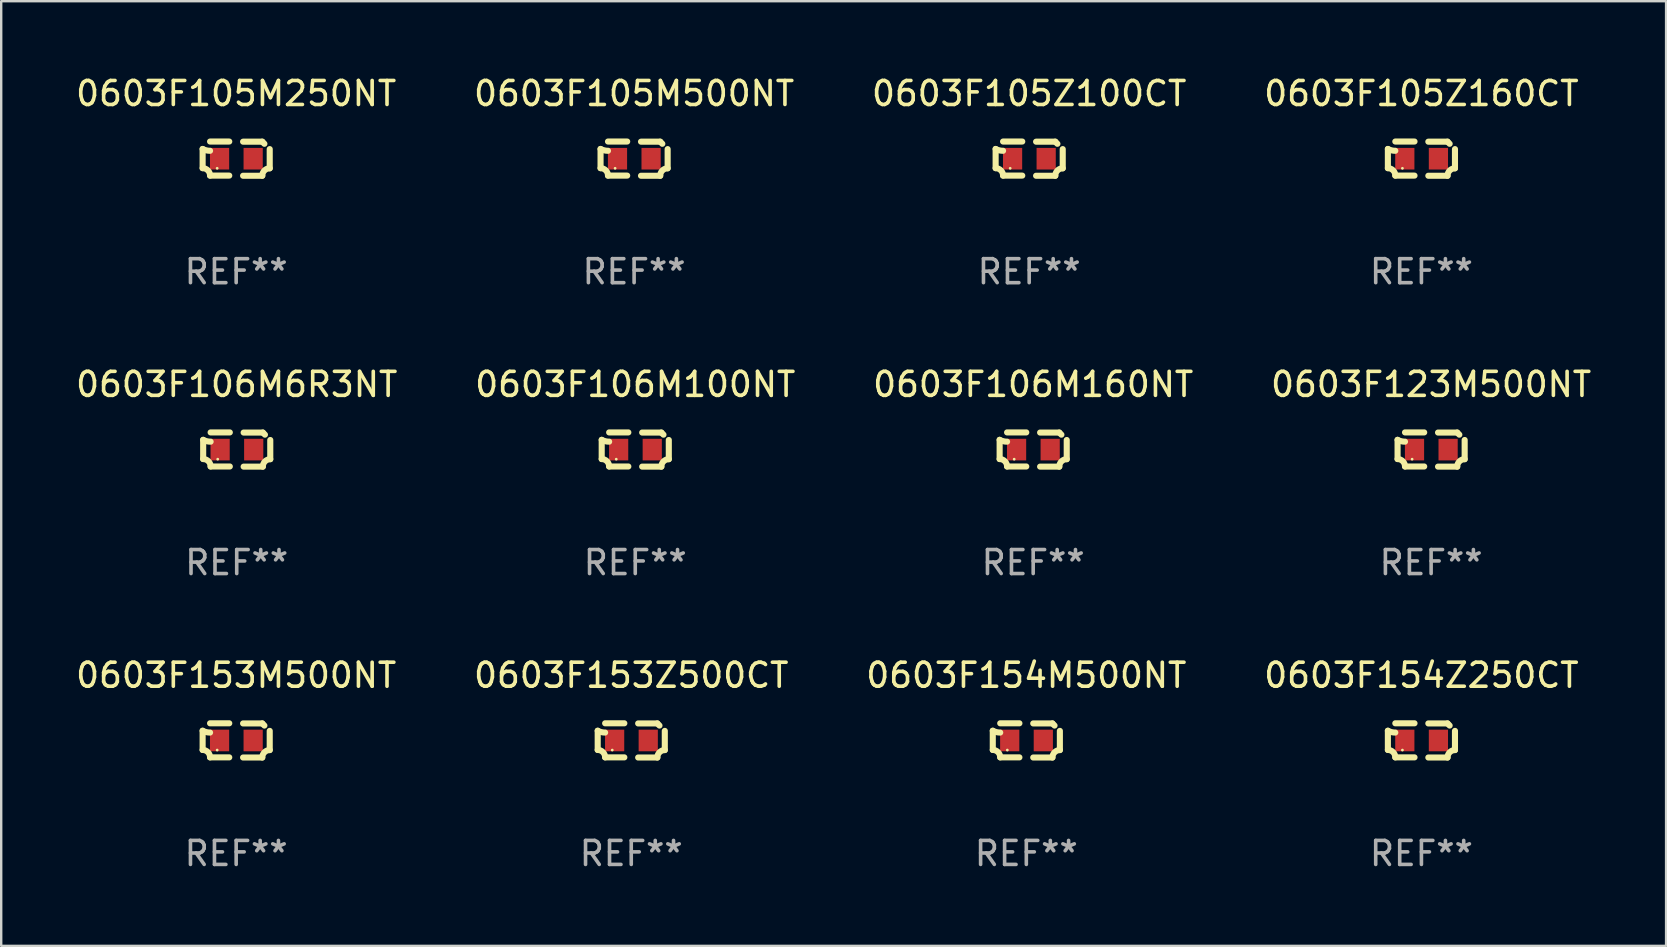
<source format=kicad_pcb>
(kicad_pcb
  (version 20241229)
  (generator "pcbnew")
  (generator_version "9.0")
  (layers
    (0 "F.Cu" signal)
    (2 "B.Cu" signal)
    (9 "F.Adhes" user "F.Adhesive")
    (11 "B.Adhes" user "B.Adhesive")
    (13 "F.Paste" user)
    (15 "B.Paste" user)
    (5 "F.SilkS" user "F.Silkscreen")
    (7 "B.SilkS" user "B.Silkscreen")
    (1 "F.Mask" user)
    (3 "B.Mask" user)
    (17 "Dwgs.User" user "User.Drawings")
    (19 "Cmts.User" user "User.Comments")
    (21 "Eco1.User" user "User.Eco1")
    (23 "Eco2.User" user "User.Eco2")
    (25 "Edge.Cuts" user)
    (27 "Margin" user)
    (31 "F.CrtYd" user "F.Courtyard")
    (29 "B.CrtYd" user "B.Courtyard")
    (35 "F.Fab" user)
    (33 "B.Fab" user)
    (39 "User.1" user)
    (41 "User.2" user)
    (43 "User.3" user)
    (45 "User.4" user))
  (footprint "0603F105M500NT"
    (layer "F.Cu")
    (at 23.375 3.561)
    (property "Reference" "0603F105M500NT" (at 0 -2.713 0) (layer "F.SilkS") (effects (font (size 1 1) (thickness 0.15))))
    (attr through_hole)
    (fp_line (start -1.398 -0.403) (end -1.398 0.397) (stroke (width 0.254) (type solid)) (layer "F.SilkS"))
    (fp_line (start -0.288 -0.713) (end -1.088 -0.713) (stroke (width 0.254) (type solid)) (layer "F.SilkS"))
    (fp_line (start -0.288 0.707) (end -1.088 0.707) (stroke (width 0.254) (type solid)) (layer "F.SilkS"))
    (fp_line (start 0.288 -0.707) (end 1.088 -0.707) (stroke (width 0.254) (type solid)) (layer "F.SilkS"))
    (fp_line (start 0.288 0.713) (end 1.088 0.713) (stroke (width 0.254) (type solid)) (layer "F.SilkS"))
    (fp_line (start 1.398 -0.397) (end 1.398 0.403) (stroke (width 0.254) (type solid)) (layer "F.SilkS"))
    (fp_arc (start -1.397789 0.397066) (mid -1.178701 0.487826) (end -1.08796 0.706922) (stroke (width 0.254001) (type solid)) (layer "F.SilkS"))
    (fp_arc (start -1.08796 -0.327176) (mid -1.247436 -0.346384) (end -1.39779 -0.402908) (stroke (width 0.254001) (type solid)) (layer "F.SilkS"))
    (fp_arc (start 1.087909 0.712738) (mid 1.178656 0.493655) (end 1.397739 0.402908) (stroke (width 0.254001) (type solid)) (layer "F.SilkS"))
    (fp_arc (start 1.175925 -0.618926) (mid 1.131917 -0.662923) (end 1.08791 -0.706922) (stroke (width 0.254001) (type solid)) (layer "F.SilkS"))
    (fp_circle (center -0.792 0.403) (end -0.762 0.403) (stroke (width 0.06) (type solid)) (fill no) (layer "F.SilkS"))
    (fp_text user "REF**" (at 0 4.713 0) (layer "F.Fab") (effects (font (size 1 1) (thickness 0.15))))
    (pad "1" smd rect (at -0.692 0.003) (size 0.8 0.9) (layers "F.Cu" "F.Mask" "F.Paste"))
    (pad "2" smd rect (at 0.708 0.003) (size 0.8 0.9) (layers "F.Cu" "F.Mask" "F.Paste")))
  (footprint "0603F154M500NT"
    (layer "F.Cu")
    (at 39.72 27.805)
    (property "Reference" "0603F154M500NT" (at 0 -2.713 0) (layer "F.SilkS") (effects (font (size 1 1) (thickness 0.15))))
    (attr through_hole)
    (fp_line (start -1.398 -0.403) (end -1.398 0.397) (stroke (width 0.254) (type solid)) (layer "F.SilkS"))
    (fp_line (start -0.288 -0.713) (end -1.088 -0.713) (stroke (width 0.254) (type solid)) (layer "F.SilkS"))
    (fp_line (start -0.288 0.707) (end -1.088 0.707) (stroke (width 0.254) (type solid)) (layer "F.SilkS"))
    (fp_line (start 0.288 -0.707) (end 1.088 -0.707) (stroke (width 0.254) (type solid)) (layer "F.SilkS"))
    (fp_line (start 0.288 0.713) (end 1.088 0.713) (stroke (width 0.254) (type solid)) (layer "F.SilkS"))
    (fp_line (start 1.398 -0.397) (end 1.398 0.403) (stroke (width 0.254) (type solid)) (layer "F.SilkS"))
    (fp_arc (start -1.397789 0.397066) (mid -1.178701 0.487826) (end -1.08796 0.706922) (stroke (width 0.254001) (type solid)) (layer "F.SilkS"))
    (fp_arc (start -1.08796 -0.327176) (mid -1.247436 -0.346384) (end -1.39779 -0.402908) (stroke (width 0.254001) (type solid)) (layer "F.SilkS"))
    (fp_arc (start 1.087909 0.712738) (mid 1.178656 0.493655) (end 1.397739 0.402908) (stroke (width 0.254001) (type solid)) (layer "F.SilkS"))
    (fp_arc (start 1.175925 -0.618926) (mid 1.131917 -0.662923) (end 1.08791 -0.706922) (stroke (width 0.254001) (type solid)) (layer "F.SilkS"))
    (fp_circle (center -0.792 0.403) (end -0.762 0.403) (stroke (width 0.06) (type solid)) (fill no) (layer "F.SilkS"))
    (fp_text user "REF**" (at 0 4.713 0) (layer "F.Fab") (effects (font (size 1 1) (thickness 0.15))))
    (pad "1" smd rect (at -0.692 0.003) (size 0.8 0.9) (layers "F.Cu" "F.Mask" "F.Paste"))
    (pad "2" smd rect (at 0.708 0.003) (size 0.8 0.9) (layers "F.Cu" "F.Mask" "F.Paste")))
  (footprint "0603F153Z500CT"
    (layer "F.Cu")
    (at 23.256 27.805)
    (property "Reference" "0603F153Z500CT" (at 0 -2.713 0) (layer "F.SilkS") (effects (font (size 1 1) (thickness 0.15))))
    (attr through_hole)
    (fp_line (start -1.398 -0.403) (end -1.398 0.397) (stroke (width 0.254) (type solid)) (layer "F.SilkS"))
    (fp_line (start -0.288 -0.713) (end -1.088 -0.713) (stroke (width 0.254) (type solid)) (layer "F.SilkS"))
    (fp_line (start -0.288 0.707) (end -1.088 0.707) (stroke (width 0.254) (type solid)) (layer "F.SilkS"))
    (fp_line (start 0.288 -0.707) (end 1.088 -0.707) (stroke (width 0.254) (type solid)) (layer "F.SilkS"))
    (fp_line (start 0.288 0.713) (end 1.088 0.713) (stroke (width 0.254) (type solid)) (layer "F.SilkS"))
    (fp_line (start 1.398 -0.397) (end 1.398 0.403) (stroke (width 0.254) (type solid)) (layer "F.SilkS"))
    (fp_arc (start -1.397789 0.397066) (mid -1.178701 0.487826) (end -1.08796 0.706922) (stroke (width 0.254001) (type solid)) (layer "F.SilkS"))
    (fp_arc (start -1.08796 -0.327176) (mid -1.247436 -0.346384) (end -1.39779 -0.402908) (stroke (width 0.254001) (type solid)) (layer "F.SilkS"))
    (fp_arc (start 1.087909 0.712738) (mid 1.178656 0.493655) (end 1.397739 0.402908) (stroke (width 0.254001) (type solid)) (layer "F.SilkS"))
    (fp_arc (start 1.175925 -0.618926) (mid 1.131917 -0.662923) (end 1.08791 -0.706922) (stroke (width 0.254001) (type solid)) (layer "F.SilkS"))
    (fp_circle (center -0.792 0.403) (end -0.762 0.403) (stroke (width 0.06) (type solid)) (fill no) (layer "F.SilkS"))
    (fp_text user "REF**" (at 0 4.713 0) (layer "F.Fab") (effects (font (size 1 1) (thickness 0.15))))
    (pad "1" smd rect (at -0.692 0.003) (size 0.8 0.9) (layers "F.Cu" "F.Mask" "F.Paste"))
    (pad "2" smd rect (at 0.708 0.003) (size 0.8 0.9) (layers "F.Cu" "F.Mask" "F.Paste")))
  (footprint "0603F105Z160CT"
    (layer "F.Cu")
    (at 56.185 3.561)
    (property "Reference" "0603F105Z160CT" (at 0 -2.713 0) (layer "F.SilkS") (effects (font (size 1 1) (thickness 0.15))))
    (attr through_hole)
    (fp_line (start -1.398 -0.403) (end -1.398 0.397) (stroke (width 0.254) (type solid)) (layer "F.SilkS"))
    (fp_line (start -0.288 -0.713) (end -1.088 -0.713) (stroke (width 0.254) (type solid)) (layer "F.SilkS"))
    (fp_line (start -0.288 0.707) (end -1.088 0.707) (stroke (width 0.254) (type solid)) (layer "F.SilkS"))
    (fp_line (start 0.288 -0.707) (end 1.088 -0.707) (stroke (width 0.254) (type solid)) (layer "F.SilkS"))
    (fp_line (start 0.288 0.713) (end 1.088 0.713) (stroke (width 0.254) (type solid)) (layer "F.SilkS"))
    (fp_line (start 1.398 -0.397) (end 1.398 0.403) (stroke (width 0.254) (type solid)) (layer "F.SilkS"))
    (fp_arc (start -1.397789 0.397066) (mid -1.178701 0.487826) (end -1.08796 0.706922) (stroke (width 0.254001) (type solid)) (layer "F.SilkS"))
    (fp_arc (start -1.08796 -0.327176) (mid -1.247436 -0.346384) (end -1.39779 -0.402908) (stroke (width 0.254001) (type solid)) (layer "F.SilkS"))
    (fp_arc (start 1.087909 0.712738) (mid 1.178656 0.493655) (end 1.397739 0.402908) (stroke (width 0.254001) (type solid)) (layer "F.SilkS"))
    (fp_arc (start 1.175925 -0.618926) (mid 1.131917 -0.662923) (end 1.08791 -0.706922) (stroke (width 0.254001) (type solid)) (layer "F.SilkS"))
    (fp_circle (center -0.792 0.403) (end -0.762 0.403) (stroke (width 0.06) (type solid)) (fill no) (layer "F.SilkS"))
    (fp_text user "REF**" (at 0 4.713 0) (layer "F.Fab") (effects (font (size 1 1) (thickness 0.15))))
    (pad "1" smd rect (at -0.692 0.003) (size 0.8 0.9) (layers "F.Cu" "F.Mask" "F.Paste"))
    (pad "2" smd rect (at 0.708 0.003) (size 0.8 0.9) (layers "F.Cu" "F.Mask" "F.Paste")))
  (footprint "0603F105Z100CT"
    (layer "F.Cu")
    (at 39.839 3.561)
    (property "Reference" "0603F105Z100CT" (at 0 -2.713 0) (layer "F.SilkS") (effects (font (size 1 1) (thickness 0.15))))
    (attr through_hole)
    (fp_line (start -1.398 -0.403) (end -1.398 0.397) (stroke (width 0.254) (type solid)) (layer "F.SilkS"))
    (fp_line (start -0.288 -0.713) (end -1.088 -0.713) (stroke (width 0.254) (type solid)) (layer "F.SilkS"))
    (fp_line (start -0.288 0.707) (end -1.088 0.707) (stroke (width 0.254) (type solid)) (layer "F.SilkS"))
    (fp_line (start 0.288 -0.707) (end 1.088 -0.707) (stroke (width 0.254) (type solid)) (layer "F.SilkS"))
    (fp_line (start 0.288 0.713) (end 1.088 0.713) (stroke (width 0.254) (type solid)) (layer "F.SilkS"))
    (fp_line (start 1.398 -0.397) (end 1.398 0.403) (stroke (width 0.254) (type solid)) (layer "F.SilkS"))
    (fp_arc (start -1.397789 0.397066) (mid -1.178701 0.487826) (end -1.08796 0.706922) (stroke (width 0.254001) (type solid)) (layer "F.SilkS"))
    (fp_arc (start -1.08796 -0.327176) (mid -1.247436 -0.346384) (end -1.39779 -0.402908) (stroke (width 0.254001) (type solid)) (layer "F.SilkS"))
    (fp_arc (start 1.087909 0.712738) (mid 1.178656 0.493655) (end 1.397739 0.402908) (stroke (width 0.254001) (type solid)) (layer "F.SilkS"))
    (fp_arc (start 1.175925 -0.618926) (mid 1.131917 -0.662923) (end 1.08791 -0.706922) (stroke (width 0.254001) (type solid)) (layer "F.SilkS"))
    (fp_circle (center -0.792 0.403) (end -0.762 0.403) (stroke (width 0.06) (type solid)) (fill no) (layer "F.SilkS"))
    (fp_text user "REF**" (at 0 4.713 0) (layer "F.Fab") (effects (font (size 1 1) (thickness 0.15))))
    (pad "1" smd rect (at -0.692 0.003) (size 0.8 0.9) (layers "F.Cu" "F.Mask" "F.Paste"))
    (pad "2" smd rect (at 0.708 0.003) (size 0.8 0.9) (layers "F.Cu" "F.Mask" "F.Paste")))
  (footprint "0603F106M100NT"
    (layer "F.Cu")
    (at 23.423 15.683)
    (property "Reference" "0603F106M100NT" (at 0 -2.713 0) (layer "F.SilkS") (effects (font (size 1 1) (thickness 0.15))))
    (attr through_hole)
    (fp_line (start -1.398 -0.403) (end -1.398 0.397) (stroke (width 0.254) (type solid)) (layer "F.SilkS"))
    (fp_line (start -0.288 -0.713) (end -1.088 -0.713) (stroke (width 0.254) (type solid)) (layer "F.SilkS"))
    (fp_line (start -0.288 0.707) (end -1.088 0.707) (stroke (width 0.254) (type solid)) (layer "F.SilkS"))
    (fp_line (start 0.288 -0.707) (end 1.088 -0.707) (stroke (width 0.254) (type solid)) (layer "F.SilkS"))
    (fp_line (start 0.288 0.713) (end 1.088 0.713) (stroke (width 0.254) (type solid)) (layer "F.SilkS"))
    (fp_line (start 1.398 -0.397) (end 1.398 0.403) (stroke (width 0.254) (type solid)) (layer "F.SilkS"))
    (fp_arc (start -1.397789 0.397066) (mid -1.178701 0.487826) (end -1.08796 0.706922) (stroke (width 0.254001) (type solid)) (layer "F.SilkS"))
    (fp_arc (start -1.08796 -0.327176) (mid -1.247436 -0.346384) (end -1.39779 -0.402908) (stroke (width 0.254001) (type solid)) (layer "F.SilkS"))
    (fp_arc (start 1.087909 0.712738) (mid 1.178656 0.493655) (end 1.397739 0.402908) (stroke (width 0.254001) (type solid)) (layer "F.SilkS"))
    (fp_arc (start 1.175925 -0.618926) (mid 1.131917 -0.662923) (end 1.08791 -0.706922) (stroke (width 0.254001) (type solid)) (layer "F.SilkS"))
    (fp_circle (center -0.792 0.403) (end -0.762 0.403) (stroke (width 0.06) (type solid)) (fill no) (layer "F.SilkS"))
    (fp_text user "REF**" (at 0 4.713 0) (layer "F.Fab") (effects (font (size 1 1) (thickness 0.15))))
    (pad "1" smd rect (at -0.692 0.003) (size 0.8 0.9) (layers "F.Cu" "F.Mask" "F.Paste"))
    (pad "2" smd rect (at 0.708 0.003) (size 0.8 0.9) (layers "F.Cu" "F.Mask" "F.Paste")))
  (footprint "0603F123M500NT"
    (layer "F.Cu")
    (at 56.589 15.683)
    (property "Reference" "0603F123M500NT" (at 0 -2.713 0) (layer "F.SilkS") (effects (font (size 1 1) (thickness 0.15))))
    (attr through_hole)
    (fp_line (start -1.398 -0.403) (end -1.398 0.397) (stroke (width 0.254) (type solid)) (layer "F.SilkS"))
    (fp_line (start -0.288 -0.713) (end -1.088 -0.713) (stroke (width 0.254) (type solid)) (layer "F.SilkS"))
    (fp_line (start -0.288 0.707) (end -1.088 0.707) (stroke (width 0.254) (type solid)) (layer "F.SilkS"))
    (fp_line (start 0.288 -0.707) (end 1.088 -0.707) (stroke (width 0.254) (type solid)) (layer "F.SilkS"))
    (fp_line (start 0.288 0.713) (end 1.088 0.713) (stroke (width 0.254) (type solid)) (layer "F.SilkS"))
    (fp_line (start 1.398 -0.397) (end 1.398 0.403) (stroke (width 0.254) (type solid)) (layer "F.SilkS"))
    (fp_arc (start -1.397789 0.397066) (mid -1.178701 0.487826) (end -1.08796 0.706922) (stroke (width 0.254001) (type solid)) (layer "F.SilkS"))
    (fp_arc (start -1.08796 -0.327176) (mid -1.247436 -0.346384) (end -1.39779 -0.402908) (stroke (width 0.254001) (type solid)) (layer "F.SilkS"))
    (fp_arc (start 1.087909 0.712738) (mid 1.178656 0.493655) (end 1.397739 0.402908) (stroke (width 0.254001) (type solid)) (layer "F.SilkS"))
    (fp_arc (start 1.175925 -0.618926) (mid 1.131917 -0.662923) (end 1.08791 -0.706922) (stroke (width 0.254001) (type solid)) (layer "F.SilkS"))
    (fp_circle (center -0.792 0.403) (end -0.762 0.403) (stroke (width 0.06) (type solid)) (fill no) (layer "F.SilkS"))
    (fp_text user "REF**" (at 0 4.713 0) (layer "F.Fab") (effects (font (size 1 1) (thickness 0.15))))
    (pad "1" smd rect (at -0.692 0.003) (size 0.8 0.9) (layers "F.Cu" "F.Mask" "F.Paste"))
    (pad "2" smd rect (at 0.708 0.003) (size 0.8 0.9) (layers "F.Cu" "F.Mask" "F.Paste")))
  (footprint "0603F105M250NT"
    (layer "F.Cu")
    (at 6.792 3.561)
    (property "Reference" "0603F105M250NT" (at 0 -2.713 0) (layer "F.SilkS") (effects (font (size 1 1) (thickness 0.15))))
    (attr through_hole)
    (fp_line (start -1.398 -0.403) (end -1.398 0.397) (stroke (width 0.254) (type solid)) (layer "F.SilkS"))
    (fp_line (start -0.288 -0.713) (end -1.088 -0.713) (stroke (width 0.254) (type solid)) (layer "F.SilkS"))
    (fp_line (start -0.288 0.707) (end -1.088 0.707) (stroke (width 0.254) (type solid)) (layer "F.SilkS"))
    (fp_line (start 0.288 -0.707) (end 1.088 -0.707) (stroke (width 0.254) (type solid)) (layer "F.SilkS"))
    (fp_line (start 0.288 0.713) (end 1.088 0.713) (stroke (width 0.254) (type solid)) (layer "F.SilkS"))
    (fp_line (start 1.398 -0.397) (end 1.398 0.403) (stroke (width 0.254) (type solid)) (layer "F.SilkS"))
    (fp_arc (start -1.397789 0.397066) (mid -1.178701 0.487826) (end -1.08796 0.706922) (stroke (width 0.254001) (type solid)) (layer "F.SilkS"))
    (fp_arc (start -1.08796 -0.327176) (mid -1.247436 -0.346384) (end -1.39779 -0.402908) (stroke (width 0.254001) (type solid)) (layer "F.SilkS"))
    (fp_arc (start 1.087909 0.712738) (mid 1.178656 0.493655) (end 1.397739 0.402908) (stroke (width 0.254001) (type solid)) (layer "F.SilkS"))
    (fp_arc (start 1.175925 -0.618926) (mid 1.131917 -0.662923) (end 1.08791 -0.706922) (stroke (width 0.254001) (type solid)) (layer "F.SilkS"))
    (fp_circle (center -0.792 0.403) (end -0.762 0.403) (stroke (width 0.06) (type solid)) (fill no) (layer "F.SilkS"))
    (fp_text user "REF**" (at 0 4.713 0) (layer "F.Fab") (effects (font (size 1 1) (thickness 0.15))))
    (pad "1" smd rect (at -0.692 0.003) (size 0.8 0.9) (layers "F.Cu" "F.Mask" "F.Paste"))
    (pad "2" smd rect (at 0.708 0.003) (size 0.8 0.9) (layers "F.Cu" "F.Mask" "F.Paste")))
  (footprint "0603F106M6R3NT"
    (layer "F.Cu")
    (at 6.815 15.683)
    (property "Reference" "0603F106M6R3NT" (at 0 -2.713 0) (layer "F.SilkS") (effects (font (size 1 1) (thickness 0.15))))
    (attr through_hole)
    (fp_line (start -1.398 -0.403) (end -1.398 0.397) (stroke (width 0.254) (type solid)) (layer "F.SilkS"))
    (fp_line (start -0.288 -0.713) (end -1.088 -0.713) (stroke (width 0.254) (type solid)) (layer "F.SilkS"))
    (fp_line (start -0.288 0.707) (end -1.088 0.707) (stroke (width 0.254) (type solid)) (layer "F.SilkS"))
    (fp_line (start 0.288 -0.707) (end 1.088 -0.707) (stroke (width 0.254) (type solid)) (layer "F.SilkS"))
    (fp_line (start 0.288 0.713) (end 1.088 0.713) (stroke (width 0.254) (type solid)) (layer "F.SilkS"))
    (fp_line (start 1.398 -0.397) (end 1.398 0.403) (stroke (width 0.254) (type solid)) (layer "F.SilkS"))
    (fp_arc (start -1.397789 0.397066) (mid -1.178701 0.487826) (end -1.08796 0.706922) (stroke (width 0.254001) (type solid)) (layer "F.SilkS"))
    (fp_arc (start -1.08796 -0.327176) (mid -1.247436 -0.346384) (end -1.39779 -0.402908) (stroke (width 0.254001) (type solid)) (layer "F.SilkS"))
    (fp_arc (start 1.087909 0.712738) (mid 1.178656 0.493655) (end 1.397739 0.402908) (stroke (width 0.254001) (type solid)) (layer "F.SilkS"))
    (fp_arc (start 1.175925 -0.618926) (mid 1.131917 -0.662923) (end 1.08791 -0.706922) (stroke (width 0.254001) (type solid)) (layer "F.SilkS"))
    (fp_circle (center -0.792 0.403) (end -0.762 0.403) (stroke (width 0.06) (type solid)) (fill no) (layer "F.SilkS"))
    (fp_text user "REF**" (at 0 4.713 0) (layer "F.Fab") (effects (font (size 1 1) (thickness 0.15))))
    (pad "1" smd rect (at -0.692 0.003) (size 0.8 0.9) (layers "F.Cu" "F.Mask" "F.Paste"))
    (pad "2" smd rect (at 0.708 0.003) (size 0.8 0.9) (layers "F.Cu" "F.Mask" "F.Paste")))
  (footprint "0603F154Z250CT"
    (layer "F.Cu")
    (at 56.185 27.805)
    (property "Reference" "0603F154Z250CT" (at 0 -2.713 0) (layer "F.SilkS") (effects (font (size 1 1) (thickness 0.15))))
    (attr through_hole)
    (fp_line (start -1.398 -0.403) (end -1.398 0.397) (stroke (width 0.254) (type solid)) (layer "F.SilkS"))
    (fp_line (start -0.288 -0.713) (end -1.088 -0.713) (stroke (width 0.254) (type solid)) (layer "F.SilkS"))
    (fp_line (start -0.288 0.707) (end -1.088 0.707) (stroke (width 0.254) (type solid)) (layer "F.SilkS"))
    (fp_line (start 0.288 -0.707) (end 1.088 -0.707) (stroke (width 0.254) (type solid)) (layer "F.SilkS"))
    (fp_line (start 0.288 0.713) (end 1.088 0.713) (stroke (width 0.254) (type solid)) (layer "F.SilkS"))
    (fp_line (start 1.398 -0.397) (end 1.398 0.403) (stroke (width 0.254) (type solid)) (layer "F.SilkS"))
    (fp_arc (start -1.397789 0.397066) (mid -1.178701 0.487826) (end -1.08796 0.706922) (stroke (width 0.254001) (type solid)) (layer "F.SilkS"))
    (fp_arc (start -1.08796 -0.327176) (mid -1.247436 -0.346384) (end -1.39779 -0.402908) (stroke (width 0.254001) (type solid)) (layer "F.SilkS"))
    (fp_arc (start 1.087909 0.712738) (mid 1.178656 0.493655) (end 1.397739 0.402908) (stroke (width 0.254001) (type solid)) (layer "F.SilkS"))
    (fp_arc (start 1.175925 -0.618926) (mid 1.131917 -0.662923) (end 1.08791 -0.706922) (stroke (width 0.254001) (type solid)) (layer "F.SilkS"))
    (fp_circle (center -0.792 0.403) (end -0.762 0.403) (stroke (width 0.06) (type solid)) (fill no) (layer "F.SilkS"))
    (fp_text user "REF**" (at 0 4.713 0) (layer "F.Fab") (effects (font (size 1 1) (thickness 0.15))))
    (pad "1" smd rect (at -0.692 0.003) (size 0.8 0.9) (layers "F.Cu" "F.Mask" "F.Paste"))
    (pad "2" smd rect (at 0.708 0.003) (size 0.8 0.9) (layers "F.Cu" "F.Mask" "F.Paste")))
  (footprint "0603F153M500NT"
    (layer "F.Cu")
    (at 6.792 27.805)
    (property "Reference" "0603F153M500NT" (at 0 -2.713 0) (layer "F.SilkS") (effects (font (size 1 1) (thickness 0.15))))
    (attr through_hole)
    (fp_line (start -1.398 -0.403) (end -1.398 0.397) (stroke (width 0.254) (type solid)) (layer "F.SilkS"))
    (fp_line (start -0.288 -0.713) (end -1.088 -0.713) (stroke (width 0.254) (type solid)) (layer "F.SilkS"))
    (fp_line (start -0.288 0.707) (end -1.088 0.707) (stroke (width 0.254) (type solid)) (layer "F.SilkS"))
    (fp_line (start 0.288 -0.707) (end 1.088 -0.707) (stroke (width 0.254) (type solid)) (layer "F.SilkS"))
    (fp_line (start 0.288 0.713) (end 1.088 0.713) (stroke (width 0.254) (type solid)) (layer "F.SilkS"))
    (fp_line (start 1.398 -0.397) (end 1.398 0.403) (stroke (width 0.254) (type solid)) (layer "F.SilkS"))
    (fp_arc (start -1.397789 0.397066) (mid -1.178701 0.487826) (end -1.08796 0.706922) (stroke (width 0.254001) (type solid)) (layer "F.SilkS"))
    (fp_arc (start -1.08796 -0.327176) (mid -1.247436 -0.346384) (end -1.39779 -0.402908) (stroke (width 0.254001) (type solid)) (layer "F.SilkS"))
    (fp_arc (start 1.087909 0.712738) (mid 1.178656 0.493655) (end 1.397739 0.402908) (stroke (width 0.254001) (type solid)) (layer "F.SilkS"))
    (fp_arc (start 1.175925 -0.618926) (mid 1.131917 -0.662923) (end 1.08791 -0.706922) (stroke (width 0.254001) (type solid)) (layer "F.SilkS"))
    (fp_circle (center -0.792 0.403) (end -0.762 0.403) (stroke (width 0.06) (type solid)) (fill no) (layer "F.SilkS"))
    (fp_text user "REF**" (at 0 4.713 0) (layer "F.Fab") (effects (font (size 1 1) (thickness 0.15))))
    (pad "1" smd rect (at -0.692 0.003) (size 0.8 0.9) (layers "F.Cu" "F.Mask" "F.Paste"))
    (pad "2" smd rect (at 0.708 0.003) (size 0.8 0.9) (layers "F.Cu" "F.Mask" "F.Paste")))
  (footprint "0603F106M160NT"
    (layer "F.Cu")
    (at 40.006 15.683)
    (property "Reference" "0603F106M160NT" (at 0 -2.713 0) (layer "F.SilkS") (effects (font (size 1 1) (thickness 0.15))))
    (attr through_hole)
    (fp_line (start -1.398 -0.403) (end -1.398 0.397) (stroke (width 0.254) (type solid)) (layer "F.SilkS"))
    (fp_line (start -0.288 -0.713) (end -1.088 -0.713) (stroke (width 0.254) (type solid)) (layer "F.SilkS"))
    (fp_line (start -0.288 0.707) (end -1.088 0.707) (stroke (width 0.254) (type solid)) (layer "F.SilkS"))
    (fp_line (start 0.288 -0.707) (end 1.088 -0.707) (stroke (width 0.254) (type solid)) (layer "F.SilkS"))
    (fp_line (start 0.288 0.713) (end 1.088 0.713) (stroke (width 0.254) (type solid)) (layer "F.SilkS"))
    (fp_line (start 1.398 -0.397) (end 1.398 0.403) (stroke (width 0.254) (type solid)) (layer "F.SilkS"))
    (fp_arc (start -1.397789 0.397066) (mid -1.178701 0.487826) (end -1.08796 0.706922) (stroke (width 0.254001) (type solid)) (layer "F.SilkS"))
    (fp_arc (start -1.08796 -0.327176) (mid -1.247436 -0.346384) (end -1.39779 -0.402908) (stroke (width 0.254001) (type solid)) (layer "F.SilkS"))
    (fp_arc (start 1.087909 0.712738) (mid 1.178656 0.493655) (end 1.397739 0.402908) (stroke (width 0.254001) (type solid)) (layer "F.SilkS"))
    (fp_arc (start 1.175925 -0.618926) (mid 1.131917 -0.662923) (end 1.08791 -0.706922) (stroke (width 0.254001) (type solid)) (layer "F.SilkS"))
    (fp_circle (center -0.792 0.403) (end -0.762 0.403) (stroke (width 0.06) (type solid)) (fill no) (layer "F.SilkS"))
    (fp_text user "REF**" (at 0 4.713 0) (layer "F.Fab") (effects (font (size 1 1) (thickness 0.15))))
    (pad "1" smd rect (at -0.692 0.003) (size 0.8 0.9) (layers "F.Cu" "F.Mask" "F.Paste"))
    (pad "2" smd rect (at 0.708 0.003) (size 0.8 0.9) (layers "F.Cu" "F.Mask" "F.Paste")))
  (gr_rect
    (start -3 -3)
    (end 66.381 36.366)
    (stroke (width 0.1) (type default))
    (fill no)
    (layer "Edge.Cuts")))
</source>
